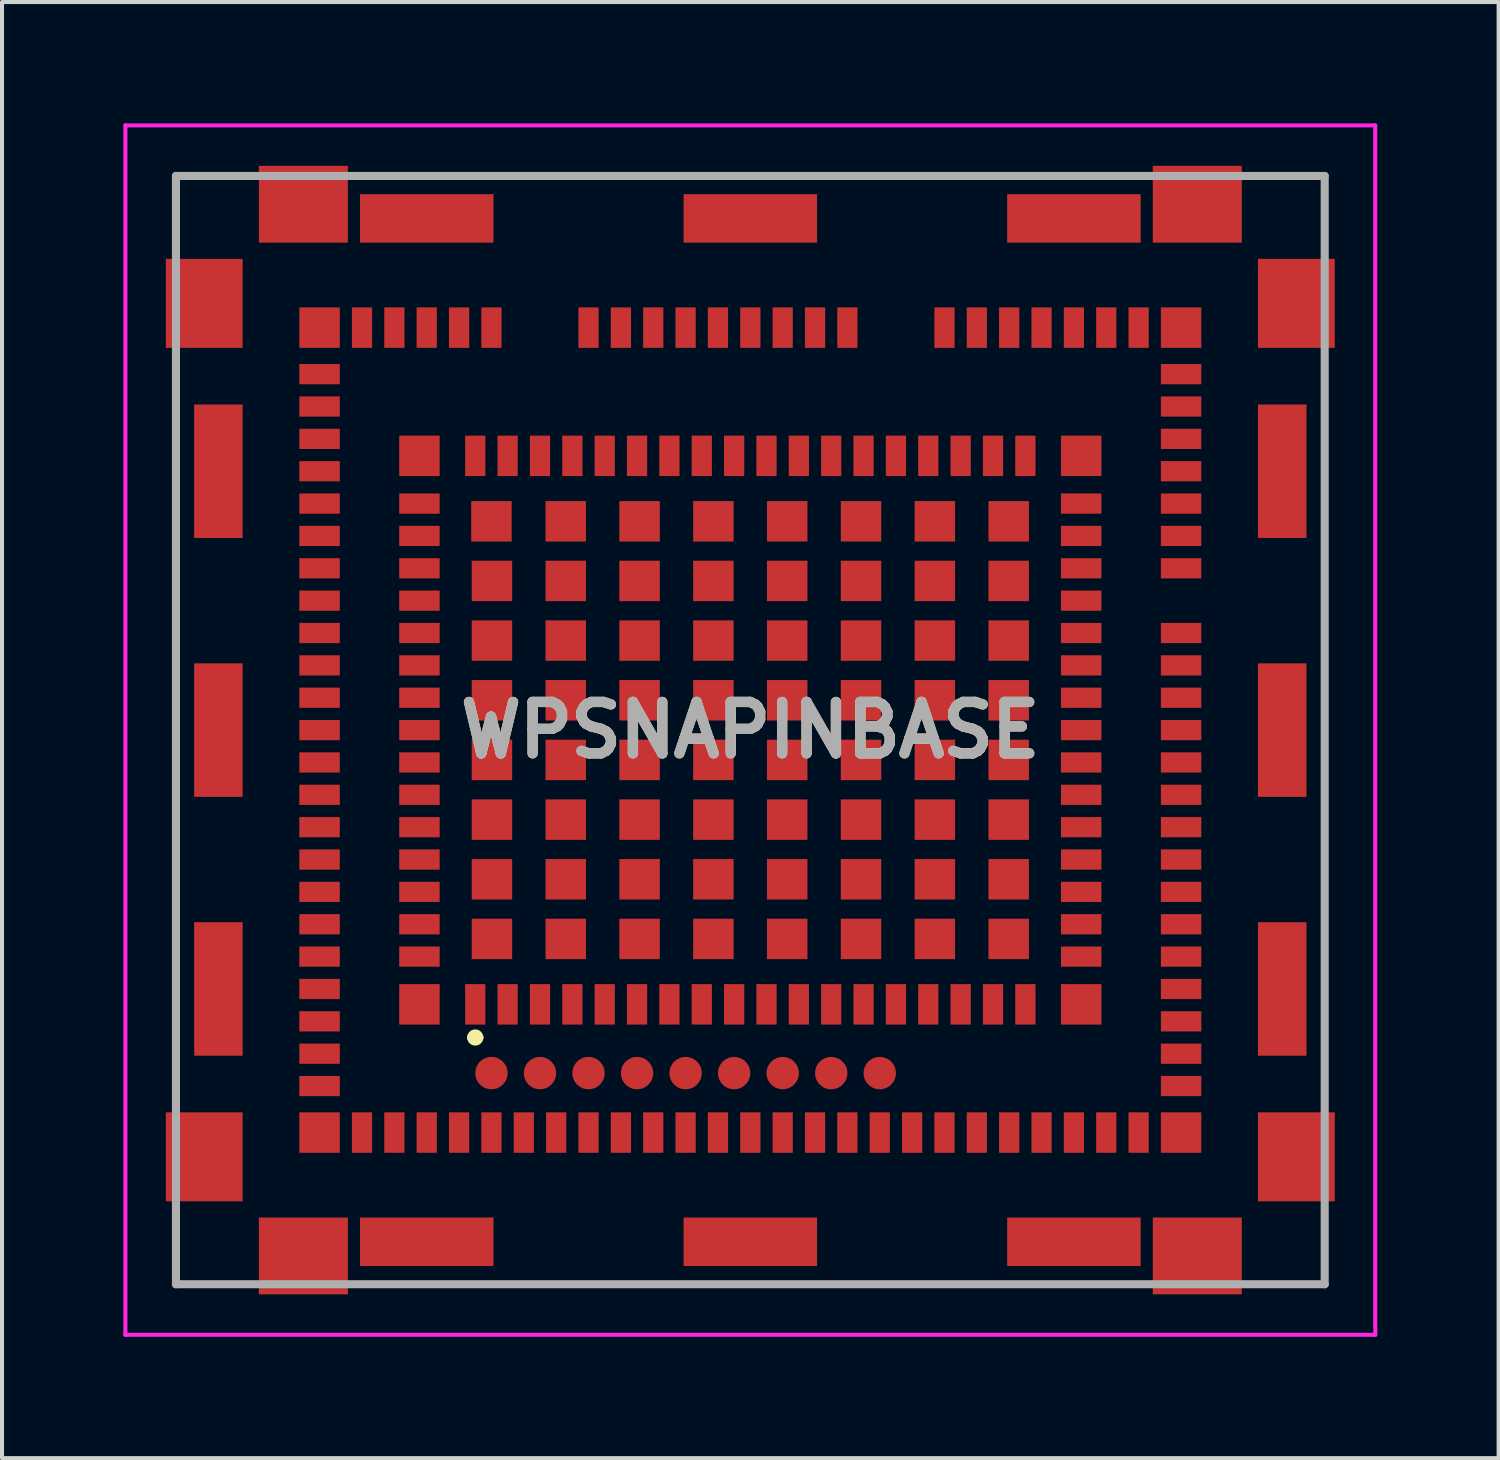
<source format=kicad_pcb>
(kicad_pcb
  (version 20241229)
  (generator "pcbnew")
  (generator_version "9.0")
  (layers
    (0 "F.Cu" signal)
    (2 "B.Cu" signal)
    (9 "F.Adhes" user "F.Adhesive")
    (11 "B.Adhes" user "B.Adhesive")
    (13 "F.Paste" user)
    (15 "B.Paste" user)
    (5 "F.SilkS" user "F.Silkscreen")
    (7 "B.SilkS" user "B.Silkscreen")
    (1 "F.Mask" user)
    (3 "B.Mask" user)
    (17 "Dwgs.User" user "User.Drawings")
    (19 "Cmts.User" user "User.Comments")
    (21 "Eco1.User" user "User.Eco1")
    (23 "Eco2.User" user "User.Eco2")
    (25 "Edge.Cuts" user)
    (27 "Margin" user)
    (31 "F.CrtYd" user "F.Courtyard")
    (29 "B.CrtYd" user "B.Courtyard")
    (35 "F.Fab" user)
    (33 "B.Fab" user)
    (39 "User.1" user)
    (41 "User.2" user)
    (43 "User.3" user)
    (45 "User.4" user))
  (footprint "WPSNAPINBASE"
    (layer "F.Cu")
    (at 15.5 15)
    (property "Reference" "WPSNAPINBASE" (at 0 0 0) (layer "F.SilkS") (effects (font (size 1.27 1.27) (thickness 0.254))))
    (attr smd)
    (fp_line (start -14.2 -13.7) (end -12.5 -13.7) (stroke (width 0.1) (type solid)) (layer "F.SilkS"))
    (fp_line (start -14.2 -12) (end -14.2 -13.7) (stroke (width 0.1) (type solid)) (layer "F.SilkS"))
    (fp_line (start -14.2 -8.85) (end -14.2 8.85) (stroke (width 0.1) (type solid)) (layer "F.SilkS"))
    (fp_line (start -14.2 12) (end -14.2 13.7) (stroke (width 0.1) (type solid)) (layer "F.SilkS"))
    (fp_line (start -14.2 13.7) (end -12.5 13.7) (stroke (width 0.1) (type solid)) (layer "F.SilkS"))
    (fp_line (start -9.6 -13.7) (end 9.6 -13.7) (stroke (width 0.1) (type solid)) (layer "F.SilkS"))
    (fp_line (start -9.6 13.7) (end 9.6 13.7) (stroke (width 0.1) (type solid)) (layer "F.SilkS"))
    (fp_line (start -6.9 7.6) (end -6.9 7.6) (stroke (width 0.2) (type solid)) (layer "F.SilkS"))
    (fp_line (start -6.7 7.6) (end -6.7 7.6) (stroke (width 0.2) (type solid)) (layer "F.SilkS"))
    (fp_line (start 12.5 -13.7) (end 14.2 -13.7) (stroke (width 0.1) (type solid)) (layer "F.SilkS"))
    (fp_line (start 12.5 13.7) (end 14 13.7) (stroke (width 0.1) (type solid)) (layer "F.SilkS"))
    (fp_line (start 14 13.7) (end 14.2 13.7) (stroke (width 0.1) (type solid)) (layer "F.SilkS"))
    (fp_line (start 14.2 -13.7) (end 14.2 -12) (stroke (width 0.1) (type solid)) (layer "F.SilkS"))
    (fp_line (start 14.2 -8.85) (end 14.2 8.85) (stroke (width 0.1) (type solid)) (layer "F.SilkS"))
    (fp_line (start 14.2 13.7) (end 14.2 12) (stroke (width 0.1) (type solid)) (layer "F.SilkS"))
    (fp_arc (start -6.9 7.6) (mid -6.8 7.5) (end -6.7 7.6) (stroke (width 0.2) (type solid)) (layer "F.SilkS"))
    (fp_arc (start -6.7 7.6) (mid -6.8 7.7) (end -6.9 7.6) (stroke (width 0.2) (type solid)) (layer "F.SilkS"))
    (fp_line (start -15.45 -14.95) (end 15.45 -14.95) (stroke (width 0.1) (type solid)) (layer "F.CrtYd"))
    (fp_line (start -15.45 14.95) (end -15.45 -14.95) (stroke (width 0.1) (type solid)) (layer "F.CrtYd"))
    (fp_line (start 15.45 -14.95) (end 15.45 14.95) (stroke (width 0.1) (type solid)) (layer "F.CrtYd"))
    (fp_line (start 15.45 14.95) (end -15.45 14.95) (stroke (width 0.1) (type solid)) (layer "F.CrtYd"))
    (fp_line (start -14.2 -13.7) (end 14.2 -13.7) (stroke (width 0.2) (type solid)) (layer "F.Fab"))
    (fp_line (start -14.2 13.7) (end -14.2 -13.7) (stroke (width 0.2) (type solid)) (layer "F.Fab"))
    (fp_line (start 14.2 -13.7) (end 14.2 13.7) (stroke (width 0.2) (type solid)) (layer "F.Fab"))
    (fp_line (start 14.2 13.7) (end -14.2 13.7) (stroke (width 0.2) (type solid)) (layer "F.Fab"))
    (fp_text user "${REFERENCE}" (at 0 0 0) (layer "F.Fab") (effects (font (size 1.27 1.27) (thickness 0.254))))
    (pad "1" smd rect (at -6.8 6.78) (size 0.5 1) (layers "F.Cu" "F.Mask" "F.Paste"))
    (pad "2" smd rect (at -6 6.78) (size 0.5 1) (layers "F.Cu" "F.Mask" "F.Paste"))
    (pad "3" smd rect (at -5.2 6.78) (size 0.5 1) (layers "F.Cu" "F.Mask" "F.Paste"))
    (pad "4" smd rect (at -4.4 6.78) (size 0.5 1) (layers "F.Cu" "F.Mask" "F.Paste"))
    (pad "5" smd rect (at -3.6 6.78) (size 0.5 1) (layers "F.Cu" "F.Mask" "F.Paste"))
    (pad "6" smd rect (at -2.8 6.78) (size 0.5 1) (layers "F.Cu" "F.Mask" "F.Paste"))
    (pad "7" smd rect (at -2 6.78) (size 0.5 1) (layers "F.Cu" "F.Mask" "F.Paste"))
    (pad "8" smd rect (at -1.2 6.78) (size 0.5 1) (layers "F.Cu" "F.Mask" "F.Paste"))
    (pad "9" smd rect (at -0.4 6.78) (size 0.5 1) (layers "F.Cu" "F.Mask" "F.Paste"))
    (pad "10" smd rect (at 0.4 6.78) (size 0.5 1) (layers "F.Cu" "F.Mask" "F.Paste"))
    (pad "11" smd rect (at 1.2 6.78) (size 0.5 1) (layers "F.Cu" "F.Mask" "F.Paste"))
    (pad "12" smd rect (at 2 6.78) (size 0.5 1) (layers "F.Cu" "F.Mask" "F.Paste"))
    (pad "13" smd rect (at 2.8 6.78) (size 0.5 1) (layers "F.Cu" "F.Mask" "F.Paste"))
    (pad "14" smd rect (at 3.6 6.78) (size 0.5 1) (layers "F.Cu" "F.Mask" "F.Paste"))
    (pad "15" smd rect (at 4.4 6.78) (size 0.5 1) (layers "F.Cu" "F.Mask" "F.Paste"))
    (pad "16" smd rect (at 5.2 6.78) (size 0.5 1) (layers "F.Cu" "F.Mask" "F.Paste"))
    (pad "17" smd rect (at 6 6.78) (size 0.5 1) (layers "F.Cu" "F.Mask" "F.Paste"))
    (pad "18" smd rect (at 6.8 6.78) (size 0.5 1) (layers "F.Cu" "F.Mask" "F.Paste"))
    (pad "19" smd rect (at 8.18 5.6 90) (size 0.5 1) (layers "F.Cu" "F.Mask" "F.Paste"))
    (pad "20" smd rect (at 8.18 4.8 90) (size 0.5 1) (layers "F.Cu" "F.Mask" "F.Paste"))
    (pad "21" smd rect (at 8.18 4 90) (size 0.5 1) (layers "F.Cu" "F.Mask" "F.Paste"))
    (pad "22" smd rect (at 8.18 3.2 90) (size 0.5 1) (layers "F.Cu" "F.Mask" "F.Paste"))
    (pad "23" smd rect (at 8.18 2.4 90) (size 0.5 1) (layers "F.Cu" "F.Mask" "F.Paste"))
    (pad "24" smd rect (at 8.18 1.6 90) (size 0.5 1) (layers "F.Cu" "F.Mask" "F.Paste"))
    (pad "25" smd rect (at 8.18 0.8 90) (size 0.5 1) (layers "F.Cu" "F.Mask" "F.Paste"))
    (pad "26" smd rect (at 8.18 0 90) (size 0.5 1) (layers "F.Cu" "F.Mask" "F.Paste"))
    (pad "27" smd rect (at 8.18 -0.8 90) (size 0.5 1) (layers "F.Cu" "F.Mask" "F.Paste"))
    (pad "28" smd rect (at 8.18 -1.6 90) (size 0.5 1) (layers "F.Cu" "F.Mask" "F.Paste"))
    (pad "29" smd rect (at 8.18 -2.4 90) (size 0.5 1) (layers "F.Cu" "F.Mask" "F.Paste"))
    (pad "30" smd rect (at 8.18 -3.2 90) (size 0.5 1) (layers "F.Cu" "F.Mask" "F.Paste"))
    (pad "31" smd rect (at 8.18 -4 90) (size 0.5 1) (layers "F.Cu" "F.Mask" "F.Paste"))
    (pad "32" smd rect (at 8.18 -4.8 90) (size 0.5 1) (layers "F.Cu" "F.Mask" "F.Paste"))
    (pad "33" smd rect (at 8.18 -5.6 90) (size 0.5 1) (layers "F.Cu" "F.Mask" "F.Paste"))
    (pad "34" smd rect (at 6.8 -6.78) (size 0.5 1) (layers "F.Cu" "F.Mask" "F.Paste"))
    (pad "35" smd rect (at 6 -6.78) (size 0.5 1) (layers "F.Cu" "F.Mask" "F.Paste"))
    (pad "36" smd rect (at 5.2 -6.78) (size 0.5 1) (layers "F.Cu" "F.Mask" "F.Paste"))
    (pad "37" smd rect (at 4.4 -6.78) (size 0.5 1) (layers "F.Cu" "F.Mask" "F.Paste"))
    (pad "38" smd rect (at 3.6 -6.78) (size 0.5 1) (layers "F.Cu" "F.Mask" "F.Paste"))
    (pad "39" smd rect (at 2.8 -6.78) (size 0.5 1) (layers "F.Cu" "F.Mask" "F.Paste"))
    (pad "40" smd rect (at 2 -6.78) (size 0.5 1) (layers "F.Cu" "F.Mask" "F.Paste"))
    (pad "41" smd rect (at 1.2 -6.78) (size 0.5 1) (layers "F.Cu" "F.Mask" "F.Paste"))
    (pad "42" smd rect (at 0.4 -6.78) (size 0.5 1) (layers "F.Cu" "F.Mask" "F.Paste"))
    (pad "43" smd rect (at -0.4 -6.78) (size 0.5 1) (layers "F.Cu" "F.Mask" "F.Paste"))
    (pad "44" smd rect (at -1.2 -6.78) (size 0.5 1) (layers "F.Cu" "F.Mask" "F.Paste"))
    (pad "45" smd rect (at -2 -6.78) (size 0.5 1) (layers "F.Cu" "F.Mask" "F.Paste"))
    (pad "46" smd rect (at -2.8 -6.78) (size 0.5 1) (layers "F.Cu" "F.Mask" "F.Paste"))
    (pad "47" smd rect (at -3.6 -6.78) (size 0.5 1) (layers "F.Cu" "F.Mask" "F.Paste"))
    (pad "48" smd rect (at -4.4 -6.78) (size 0.5 1) (layers "F.Cu" "F.Mask" "F.Paste"))
    (pad "49" smd rect (at -5.2 -6.78) (size 0.5 1) (layers "F.Cu" "F.Mask" "F.Paste"))
    (pad "50" smd rect (at -6 -6.78) (size 0.5 1) (layers "F.Cu" "F.Mask" "F.Paste"))
    (pad "51" smd rect (at -6.8 -6.78) (size 0.5 1) (layers "F.Cu" "F.Mask" "F.Paste"))
    (pad "52" smd rect (at -8.18 -5.6 90) (size 0.5 1) (layers "F.Cu" "F.Mask" "F.Paste"))
    (pad "53" smd rect (at -8.18 -4.8 90) (size 0.5 1) (layers "F.Cu" "F.Mask" "F.Paste"))
    (pad "54" smd rect (at -8.18 -4 90) (size 0.5 1) (layers "F.Cu" "F.Mask" "F.Paste"))
    (pad "55" smd rect (at -8.18 -3.2 90) (size 0.5 1) (layers "F.Cu" "F.Mask" "F.Paste"))
    (pad "56" smd rect (at -8.18 -2.4 90) (size 0.5 1) (layers "F.Cu" "F.Mask" "F.Paste"))
    (pad "57" smd rect (at -8.18 -1.6 90) (size 0.5 1) (layers "F.Cu" "F.Mask" "F.Paste"))
    (pad "58" smd rect (at -8.18 -0.8 90) (size 0.5 1) (layers "F.Cu" "F.Mask" "F.Paste"))
    (pad "59" smd rect (at -8.18 0 90) (size 0.5 1) (layers "F.Cu" "F.Mask" "F.Paste"))
    (pad "60" smd rect (at -8.18 0.8 90) (size 0.5 1) (layers "F.Cu" "F.Mask" "F.Paste"))
    (pad "61" smd rect (at -8.18 1.6 90) (size 0.5 1) (layers "F.Cu" "F.Mask" "F.Paste"))
    (pad "62" smd rect (at -8.18 2.4 90) (size 0.5 1) (layers "F.Cu" "F.Mask" "F.Paste"))
    (pad "63" smd rect (at -8.18 3.2 90) (size 0.5 1) (layers "F.Cu" "F.Mask" "F.Paste"))
    (pad "64" smd rect (at -8.18 4 90) (size 0.5 1) (layers "F.Cu" "F.Mask" "F.Paste"))
    (pad "65" smd rect (at -8.18 4.8 90) (size 0.5 1) (layers "F.Cu" "F.Mask" "F.Paste"))
    (pad "66" smd rect (at -8.18 5.6 90) (size 0.5 1) (layers "F.Cu" "F.Mask" "F.Paste"))
    (pad "67" smd rect (at -8.18 6.78 90) (size 1 1) (layers "F.Cu" "F.Mask" "F.Paste"))
    (pad "68" smd rect (at 8.18 6.78 90) (size 1 1) (layers "F.Cu" "F.Mask" "F.Paste"))
    (pad "69" smd rect (at 8.18 -6.78 90) (size 1 1) (layers "F.Cu" "F.Mask" "F.Paste"))
    (pad "70" smd rect (at -8.18 -6.78 90) (size 1 1) (layers "F.Cu" "F.Mask" "F.Paste"))
    (pad "71" smd rect (at -9.6 9.95) (size 0.5 1) (layers "F.Cu" "F.Mask" "F.Paste"))
    (pad "72" smd rect (at -8.8 9.95) (size 0.5 1) (layers "F.Cu" "F.Mask" "F.Paste"))
    (pad "73" smd rect (at -8 9.95) (size 0.5 1) (layers "F.Cu" "F.Mask" "F.Paste"))
    (pad "74" smd rect (at -7.2 9.95) (size 0.5 1) (layers "F.Cu" "F.Mask" "F.Paste"))
    (pad "75" smd rect (at -6.4 9.95) (size 0.5 1) (layers "F.Cu" "F.Mask" "F.Paste"))
    (pad "76" smd rect (at -5.6 9.95) (size 0.5 1) (layers "F.Cu" "F.Mask" "F.Paste"))
    (pad "77" smd rect (at -4.8 9.95) (size 0.5 1) (layers "F.Cu" "F.Mask" "F.Paste"))
    (pad "78" smd rect (at -4 9.95) (size 0.5 1) (layers "F.Cu" "F.Mask" "F.Paste"))
    (pad "79" smd rect (at -3.2 9.95) (size 0.5 1) (layers "F.Cu" "F.Mask" "F.Paste"))
    (pad "80" smd rect (at -2.4 9.95) (size 0.5 1) (layers "F.Cu" "F.Mask" "F.Paste"))
    (pad "81" smd rect (at -1.6 9.95) (size 0.5 1) (layers "F.Cu" "F.Mask" "F.Paste"))
    (pad "82" smd rect (at -0.8 9.95) (size 0.5 1) (layers "F.Cu" "F.Mask" "F.Paste"))
    (pad "83" smd rect (at 0 9.95) (size 0.5 1) (layers "F.Cu" "F.Mask" "F.Paste"))
    (pad "84" smd rect (at 0.8 9.95) (size 0.5 1) (layers "F.Cu" "F.Mask" "F.Paste"))
    (pad "85" smd rect (at 1.6 9.95) (size 0.5 1) (layers "F.Cu" "F.Mask" "F.Paste"))
    (pad "86" smd rect (at 2.4 9.95) (size 0.5 1) (layers "F.Cu" "F.Mask" "F.Paste"))
    (pad "87" smd rect (at 3.2 9.95) (size 0.5 1) (layers "F.Cu" "F.Mask" "F.Paste"))
    (pad "88" smd rect (at 4 9.95) (size 0.5 1) (layers "F.Cu" "F.Mask" "F.Paste"))
    (pad "89" smd rect (at 4.8 9.95) (size 0.5 1) (layers "F.Cu" "F.Mask" "F.Paste"))
    (pad "90" smd rect (at 5.6 9.95) (size 0.5 1) (layers "F.Cu" "F.Mask" "F.Paste"))
    (pad "91" smd rect (at 6.4 9.95) (size 0.5 1) (layers "F.Cu" "F.Mask" "F.Paste"))
    (pad "92" smd rect (at 7.2 9.95) (size 0.5 1) (layers "F.Cu" "F.Mask" "F.Paste"))
    (pad "93" smd rect (at 8 9.95) (size 0.5 1) (layers "F.Cu" "F.Mask" "F.Paste"))
    (pad "94" smd rect (at 8.8 9.95) (size 0.5 1) (layers "F.Cu" "F.Mask" "F.Paste"))
    (pad "95" smd rect (at 9.6 9.95) (size 0.5 1) (layers "F.Cu" "F.Mask" "F.Paste"))
    (pad "96" smd rect (at 10.65 8.8 90) (size 0.5 1) (layers "F.Cu" "F.Mask" "F.Paste"))
    (pad "97" smd rect (at 10.65 8 90) (size 0.5 1) (layers "F.Cu" "F.Mask" "F.Paste"))
    (pad "98" smd rect (at 10.65 7.2 90) (size 0.5 1) (layers "F.Cu" "F.Mask" "F.Paste"))
    (pad "99" smd rect (at 10.65 6.4 90) (size 0.5 1) (layers "F.Cu" "F.Mask" "F.Paste"))
    (pad "100" smd rect (at 10.65 5.6 90) (size 0.5 1) (layers "F.Cu" "F.Mask" "F.Paste"))
    (pad "101" smd rect (at 10.65 4.8 90) (size 0.5 1) (layers "F.Cu" "F.Mask" "F.Paste"))
    (pad "102" smd rect (at 10.65 4 90) (size 0.5 1) (layers "F.Cu" "F.Mask" "F.Paste"))
    (pad "103" smd rect (at 10.65 3.2 90) (size 0.5 1) (layers "F.Cu" "F.Mask" "F.Paste"))
    (pad "104" smd rect (at 10.65 2.4 90) (size 0.5 1) (layers "F.Cu" "F.Mask" "F.Paste"))
    (pad "105" smd rect (at 10.65 1.6 90) (size 0.5 1) (layers "F.Cu" "F.Mask" "F.Paste"))
    (pad "106" smd rect (at 10.65 0.8 90) (size 0.5 1) (layers "F.Cu" "F.Mask" "F.Paste"))
    (pad "107" smd rect (at 10.65 0 90) (size 0.5 1) (layers "F.Cu" "F.Mask" "F.Paste"))
    (pad "108" smd rect (at 10.65 -0.8 90) (size 0.5 1) (layers "F.Cu" "F.Mask" "F.Paste"))
    (pad "109" smd rect (at 10.65 -1.6 90) (size 0.5 1) (layers "F.Cu" "F.Mask" "F.Paste"))
    (pad "110" smd rect (at 10.65 -2.4 90) (size 0.5 1) (layers "F.Cu" "F.Mask" "F.Paste"))
    (pad "111" smd rect (at 10.65 -4 90) (size 0.5 1) (layers "F.Cu" "F.Mask" "F.Paste"))
    (pad "113" smd rect (at 10.65 -4.8 90) (size 0.5 1) (layers "F.Cu" "F.Mask" "F.Paste"))
    (pad "114" smd rect (at 10.65 -5.6 90) (size 0.5 1) (layers "F.Cu" "F.Mask" "F.Paste"))
    (pad "115" smd rect (at 10.65 -6.4 90) (size 0.5 1) (layers "F.Cu" "F.Mask" "F.Paste"))
    (pad "116" smd rect (at 10.65 -7.2 90) (size 0.5 1) (layers "F.Cu" "F.Mask" "F.Paste"))
    (pad "117" smd rect (at 10.65 -8 90) (size 0.5 1) (layers "F.Cu" "F.Mask" "F.Paste"))
    (pad "118" smd rect (at 10.65 -8.8 90) (size 0.5 1) (layers "F.Cu" "F.Mask" "F.Paste"))
    (pad "119" smd rect (at 9.6 -9.95) (size 0.5 1) (layers "F.Cu" "F.Mask" "F.Paste"))
    (pad "120" smd rect (at 8.8 -9.95) (size 0.5 1) (layers "F.Cu" "F.Mask" "F.Paste"))
    (pad "121" smd rect (at 8 -9.95) (size 0.5 1) (layers "F.Cu" "F.Mask" "F.Paste"))
    (pad "122" smd rect (at 7.2 -9.95) (size 0.5 1) (layers "F.Cu" "F.Mask" "F.Paste"))
    (pad "123" smd rect (at 6.4 -9.95) (size 0.5 1) (layers "F.Cu" "F.Mask" "F.Paste"))
    (pad "124" smd rect (at 5.6 -9.95) (size 0.5 1) (layers "F.Cu" "F.Mask" "F.Paste"))
    (pad "125" smd rect (at 4.8 -9.95) (size 0.5 1) (layers "F.Cu" "F.Mask" "F.Paste"))
    (pad "128" smd rect (at 2.4 -9.95) (size 0.5 1) (layers "F.Cu" "F.Mask" "F.Paste"))
    (pad "129" smd rect (at 1.6 -9.95) (size 0.5 1) (layers "F.Cu" "F.Mask" "F.Paste"))
    (pad "130" smd rect (at 0.8 -9.95) (size 0.5 1) (layers "F.Cu" "F.Mask" "F.Paste"))
    (pad "131" smd rect (at 0 -9.95) (size 0.5 1) (layers "F.Cu" "F.Mask" "F.Paste"))
    (pad "132" smd rect (at -0.8 -9.95) (size 0.5 1) (layers "F.Cu" "F.Mask" "F.Paste"))
    (pad "133" smd rect (at -1.6 -9.95) (size 0.5 1) (layers "F.Cu" "F.Mask" "F.Paste"))
    (pad "134" smd rect (at -2.4 -9.95) (size 0.5 1) (layers "F.Cu" "F.Mask" "F.Paste"))
    (pad "135" smd rect (at -3.2 -9.95) (size 0.5 1) (layers "F.Cu" "F.Mask" "F.Paste"))
    (pad "136" smd rect (at -4 -9.95) (size 0.5 1) (layers "F.Cu" "F.Mask" "F.Paste"))
    (pad "139" smd rect (at -6.4 -9.95) (size 0.5 1) (layers "F.Cu" "F.Mask" "F.Paste"))
    (pad "140" smd rect (at -7.2 -9.95) (size 0.5 1) (layers "F.Cu" "F.Mask" "F.Paste"))
    (pad "141" smd rect (at -8 -9.95) (size 0.5 1) (layers "F.Cu" "F.Mask" "F.Paste"))
    (pad "142" smd rect (at -8.8 -9.95) (size 0.5 1) (layers "F.Cu" "F.Mask" "F.Paste"))
    (pad "143" smd rect (at -9.6 -9.95) (size 0.5 1) (layers "F.Cu" "F.Mask" "F.Paste"))
    (pad "144" smd rect (at -10.65 -8.8 90) (size 0.5 1) (layers "F.Cu" "F.Mask" "F.Paste"))
    (pad "145" smd rect (at -10.65 -8 90) (size 0.5 1) (layers "F.Cu" "F.Mask" "F.Paste"))
    (pad "146" smd rect (at -10.65 -7.2 90) (size 0.5 1) (layers "F.Cu" "F.Mask" "F.Paste"))
    (pad "147" smd rect (at -10.65 -6.4 90) (size 0.5 1) (layers "F.Cu" "F.Mask" "F.Paste"))
    (pad "148" smd rect (at -10.65 -5.6 90) (size 0.5 1) (layers "F.Cu" "F.Mask" "F.Paste"))
    (pad "149" smd rect (at -10.65 -4.8 90) (size 0.5 1) (layers "F.Cu" "F.Mask" "F.Paste"))
    (pad "150" smd rect (at -10.65 -4 90) (size 0.5 1) (layers "F.Cu" "F.Mask" "F.Paste"))
    (pad "151" smd rect (at -10.65 -3.2 90) (size 0.5 1) (layers "F.Cu" "F.Mask" "F.Paste"))
    (pad "152" smd rect (at -10.65 -2.4 90) (size 0.5 1) (layers "F.Cu" "F.Mask" "F.Paste"))
    (pad "153" smd rect (at -10.65 -1.6 90) (size 0.5 1) (layers "F.Cu" "F.Mask" "F.Paste"))
    (pad "154" smd rect (at -10.65 -0.8 90) (size 0.5 1) (layers "F.Cu" "F.Mask" "F.Paste"))
    (pad "155" smd rect (at -10.65 0 90) (size 0.5 1) (layers "F.Cu" "F.Mask" "F.Paste"))
    (pad "156" smd rect (at -10.65 0.8 90) (size 0.5 1) (layers "F.Cu" "F.Mask" "F.Paste"))
    (pad "157" smd rect (at -10.65 1.6 90) (size 0.5 1) (layers "F.Cu" "F.Mask" "F.Paste"))
    (pad "158" smd rect (at -10.65 2.4 90) (size 0.5 1) (layers "F.Cu" "F.Mask" "F.Paste"))
    (pad "159" smd rect (at -10.65 3.2 90) (size 0.5 1) (layers "F.Cu" "F.Mask" "F.Paste"))
    (pad "160" smd rect (at -10.65 4 90) (size 0.5 1) (layers "F.Cu" "F.Mask" "F.Paste"))
    (pad "161" smd rect (at -10.65 4.8 90) (size 0.5 1) (layers "F.Cu" "F.Mask" "F.Paste"))
    (pad "162" smd rect (at -10.65 5.6 90) (size 0.5 1) (layers "F.Cu" "F.Mask" "F.Paste"))
    (pad "163" smd rect (at -10.65 6.4 90) (size 0.5 1) (layers "F.Cu" "F.Mask" "F.Paste"))
    (pad "164" smd rect (at -10.65 7.2 90) (size 0.5 1) (layers "F.Cu" "F.Mask" "F.Paste"))
    (pad "165" smd rect (at -10.65 8 90) (size 0.5 1) (layers "F.Cu" "F.Mask" "F.Paste"))
    (pad "166" smd rect (at -10.65 8.8 90) (size 0.5 1) (layers "F.Cu" "F.Mask" "F.Paste"))
    (pad "167" smd rect (at -10.65 9.95 90) (size 1 1) (layers "F.Cu" "F.Mask" "F.Paste"))
    (pad "168" smd rect (at 10.65 9.95 90) (size 1 1) (layers "F.Cu" "F.Mask" "F.Paste"))
    (pad "169" smd rect (at 10.65 -9.95 90) (size 1 1) (layers "F.Cu" "F.Mask" "F.Paste"))
    (pad "170" smd rect (at -10.65 -9.95 90) (size 1 1) (layers "F.Cu" "F.Mask" "F.Paste"))
    (pad "171" smd circle (at -6.4 8.48 90) (size 0.8 0.8) (layers "F.Cu" "F.Mask" "F.Paste"))
    (pad "172" smd circle (at -5.2 8.48 90) (size 0.8 0.8) (layers "F.Cu" "F.Mask" "F.Paste"))
    (pad "173" smd circle (at -4 8.48 90) (size 0.8 0.8) (layers "F.Cu" "F.Mask" "F.Paste"))
    (pad "174" smd circle (at -2.8 8.48 90) (size 0.8 0.8) (layers "F.Cu" "F.Mask" "F.Paste"))
    (pad "175" smd circle (at -1.6 8.48 90) (size 0.8 0.8) (layers "F.Cu" "F.Mask" "F.Paste"))
    (pad "176" smd circle (at -0.4 8.48 90) (size 0.8 0.8) (layers "F.Cu" "F.Mask" "F.Paste"))
    (pad "177" smd circle (at 0.8 8.48 90) (size 0.8 0.8) (layers "F.Cu" "F.Mask" "F.Paste"))
    (pad "178" smd circle (at 2 8.48 90) (size 0.8 0.8) (layers "F.Cu" "F.Mask" "F.Paste"))
    (pad "179" smd circle (at 3.2 8.48 90) (size 0.8 0.8) (layers "F.Cu" "F.Mask" "F.Paste"))
    (pad "180" smd rect (at -6.4 -5.162) (size 1 1) (layers "F.Cu" "F.Mask" "F.Paste"))
    (pad "181" smd rect (at -6.388 -3.688) (size 1 1) (layers "F.Cu" "F.Mask" "F.Paste"))
    (pad "182" smd rect (at -6.388 -2.213) (size 1 1) (layers "F.Cu" "F.Mask" "F.Paste"))
    (pad "183" smd rect (at -6.388 -0.737) (size 1 1) (layers "F.Cu" "F.Mask" "F.Paste"))
    (pad "184" smd rect (at -6.388 0.737) (size 1 1) (layers "F.Cu" "F.Mask" "F.Paste"))
    (pad "185" smd rect (at -6.388 2.213) (size 1 1) (layers "F.Cu" "F.Mask" "F.Paste"))
    (pad "186" smd rect (at -6.388 3.688) (size 1 1) (layers "F.Cu" "F.Mask" "F.Paste"))
    (pad "187" smd rect (at -6.388 5.163) (size 1 1) (layers "F.Cu" "F.Mask" "F.Paste"))
    (pad "188" smd rect (at -4.563 -5.162) (size 1 1) (layers "F.Cu" "F.Mask" "F.Paste"))
    (pad "189" smd rect (at -4.563 -3.688) (size 1 1) (layers "F.Cu" "F.Mask" "F.Paste"))
    (pad "190" smd rect (at -4.563 -2.213) (size 1 1) (layers "F.Cu" "F.Mask" "F.Paste"))
    (pad "191" smd rect (at -4.563 -0.737) (size 1 1) (layers "F.Cu" "F.Mask" "F.Paste"))
    (pad "192" smd rect (at -4.563 0.737) (size 1 1) (layers "F.Cu" "F.Mask" "F.Paste"))
    (pad "193" smd rect (at -4.563 2.213) (size 1 1) (layers "F.Cu" "F.Mask" "F.Paste"))
    (pad "194" smd rect (at -4.563 3.688) (size 1 1) (layers "F.Cu" "F.Mask" "F.Paste"))
    (pad "195" smd rect (at -4.563 5.163) (size 1 1) (layers "F.Cu" "F.Mask" "F.Paste"))
    (pad "196" smd rect (at -2.738 -5.162) (size 1 1) (layers "F.Cu" "F.Mask" "F.Paste"))
    (pad "197" smd rect (at -2.738 -3.688) (size 1 1) (layers "F.Cu" "F.Mask" "F.Paste"))
    (pad "198" smd rect (at -2.738 -2.213) (size 1 1) (layers "F.Cu" "F.Mask" "F.Paste"))
    (pad "199" smd rect (at -2.738 -0.737) (size 1 1) (layers "F.Cu" "F.Mask" "F.Paste"))
    (pad "200" smd rect (at -2.738 0.737) (size 1 1) (layers "F.Cu" "F.Mask" "F.Paste"))
    (pad "201" smd rect (at -2.738 2.213) (size 1 1) (layers "F.Cu" "F.Mask" "F.Paste"))
    (pad "202" smd rect (at -2.738 3.688) (size 1 1) (layers "F.Cu" "F.Mask" "F.Paste"))
    (pad "203" smd rect (at -2.738 5.163) (size 1 1) (layers "F.Cu" "F.Mask" "F.Paste"))
    (pad "204" smd rect (at -0.913 -5.162) (size 1 1) (layers "F.Cu" "F.Mask" "F.Paste"))
    (pad "205" smd rect (at -0.913 -3.688) (size 1 1) (layers "F.Cu" "F.Mask" "F.Paste"))
    (pad "206" smd rect (at -0.913 -2.213) (size 1 1) (layers "F.Cu" "F.Mask" "F.Paste"))
    (pad "207" smd rect (at -0.913 -0.737) (size 1 1) (layers "F.Cu" "F.Mask" "F.Paste"))
    (pad "208" smd rect (at -0.913 0.737) (size 1 1) (layers "F.Cu" "F.Mask" "F.Paste"))
    (pad "209" smd rect (at -0.913 2.213) (size 1 1) (layers "F.Cu" "F.Mask" "F.Paste"))
    (pad "210" smd rect (at -0.913 3.688) (size 1 1) (layers "F.Cu" "F.Mask" "F.Paste"))
    (pad "211" smd rect (at -0.913 5.163) (size 1 1) (layers "F.Cu" "F.Mask" "F.Paste"))
    (pad "212" smd rect (at 0.912 -5.162) (size 1 1) (layers "F.Cu" "F.Mask" "F.Paste"))
    (pad "213" smd rect (at 0.912 -3.688) (size 1 1) (layers "F.Cu" "F.Mask" "F.Paste"))
    (pad "214" smd rect (at 0.912 -2.213) (size 1 1) (layers "F.Cu" "F.Mask" "F.Paste"))
    (pad "215" smd rect (at 0.912 -0.737) (size 1 1) (layers "F.Cu" "F.Mask" "F.Paste"))
    (pad "216" smd rect (at 0.912 0.737) (size 1 1) (layers "F.Cu" "F.Mask" "F.Paste"))
    (pad "217" smd rect (at 0.912 2.213) (size 1 1) (layers "F.Cu" "F.Mask" "F.Paste"))
    (pad "218" smd rect (at 0.912 3.688) (size 1 1) (layers "F.Cu" "F.Mask" "F.Paste"))
    (pad "219" smd rect (at 0.912 5.163) (size 1 1) (layers "F.Cu" "F.Mask" "F.Paste"))
    (pad "220" smd rect (at 2.737 -5.162) (size 1 1) (layers "F.Cu" "F.Mask" "F.Paste"))
    (pad "221" smd rect (at 2.737 -3.688) (size 1 1) (layers "F.Cu" "F.Mask" "F.Paste"))
    (pad "222" smd rect (at 2.737 -2.213) (size 1 1) (layers "F.Cu" "F.Mask" "F.Paste"))
    (pad "223" smd rect (at 2.737 -0.737) (size 1 1) (layers "F.Cu" "F.Mask" "F.Paste"))
    (pad "224" smd rect (at 2.737 0.737) (size 1 1) (layers "F.Cu" "F.Mask" "F.Paste"))
    (pad "225" smd rect (at 2.737 2.213) (size 1 1) (layers "F.Cu" "F.Mask" "F.Paste"))
    (pad "226" smd rect (at 2.737 3.688) (size 1 1) (layers "F.Cu" "F.Mask" "F.Paste"))
    (pad "227" smd rect (at 2.737 5.163) (size 1 1) (layers "F.Cu" "F.Mask" "F.Paste"))
    (pad "228" smd rect (at 4.562 -5.162) (size 1 1) (layers "F.Cu" "F.Mask" "F.Paste"))
    (pad "229" smd rect (at 4.562 -3.688) (size 1 1) (layers "F.Cu" "F.Mask" "F.Paste"))
    (pad "230" smd rect (at 4.562 -2.213) (size 1 1) (layers "F.Cu" "F.Mask" "F.Paste"))
    (pad "231" smd rect (at 4.562 -0.737) (size 1 1) (layers "F.Cu" "F.Mask" "F.Paste"))
    (pad "232" smd rect (at 4.562 0.737) (size 1 1) (layers "F.Cu" "F.Mask" "F.Paste"))
    (pad "233" smd rect (at 4.562 2.213) (size 1 1) (layers "F.Cu" "F.Mask" "F.Paste"))
    (pad "234" smd rect (at 4.562 3.688) (size 1 1) (layers "F.Cu" "F.Mask" "F.Paste"))
    (pad "235" smd rect (at 4.562 5.163) (size 1 1) (layers "F.Cu" "F.Mask" "F.Paste"))
    (pad "236" smd rect (at 6.388 -5.162) (size 1 1) (layers "F.Cu" "F.Mask" "F.Paste"))
    (pad "237" smd rect (at 6.388 -3.688) (size 1 1) (layers "F.Cu" "F.Mask" "F.Paste"))
    (pad "238" smd rect (at 6.388 -2.213) (size 1 1) (layers "F.Cu" "F.Mask" "F.Paste"))
    (pad "239" smd rect (at 6.388 -0.737) (size 1 1) (layers "F.Cu" "F.Mask" "F.Paste"))
    (pad "240" smd rect (at 6.388 0.737) (size 1 1) (layers "F.Cu" "F.Mask" "F.Paste"))
    (pad "241" smd rect (at 6.388 2.213) (size 1 1) (layers "F.Cu" "F.Mask" "F.Paste"))
    (pad "242" smd rect (at 6.388 3.688) (size 1 1) (layers "F.Cu" "F.Mask" "F.Paste"))
    (pad "243" smd rect (at 6.388 5.163) (size 1 1) (layers "F.Cu" "F.Mask" "F.Paste"))
    (pad "244" smd rect (at -13.15 -6.4) (size 1.2 3.3) (layers "F.Cu" "F.Mask" "F.Paste"))
    (pad "245" smd rect (at -13.15 0) (size 1.2 3.3) (layers "F.Cu" "F.Mask" "F.Paste"))
    (pad "246" smd rect (at -13.15 6.4) (size 1.2 3.3) (layers "F.Cu" "F.Mask" "F.Paste"))
    (pad "247" smd rect (at -8 12.65 90) (size 1.2 3.3) (layers "F.Cu" "F.Mask" "F.Paste"))
    (pad "248" smd rect (at 0 12.65 90) (size 1.2 3.3) (layers "F.Cu" "F.Mask" "F.Paste"))
    (pad "249" smd rect (at 8 12.65 90) (size 1.2 3.3) (layers "F.Cu" "F.Mask" "F.Paste"))
    (pad "250" smd rect (at 13.15 6.4) (size 1.2 3.3) (layers "F.Cu" "F.Mask" "F.Paste"))
    (pad "251" smd rect (at 13.15 0) (size 1.2 3.3) (layers "F.Cu" "F.Mask" "F.Paste"))
    (pad "252" smd rect (at 13.15 -6.4) (size 1.2 3.3) (layers "F.Cu" "F.Mask" "F.Paste"))
    (pad "253" smd rect (at 8 -12.65 90) (size 1.2 3.3) (layers "F.Cu" "F.Mask" "F.Paste"))
    (pad "254" smd rect (at 0 -12.65 90) (size 1.2 3.3) (layers "F.Cu" "F.Mask" "F.Paste"))
    (pad "255" smd rect (at -8 -12.65 90) (size 1.2 3.3) (layers "F.Cu" "F.Mask" "F.Paste"))
    (pad "256" smd rect (at -11.05 -13 90) (size 1.9 2.2) (layers "F.Cu" "F.Mask" "F.Paste"))
    (pad "257" smd rect (at -13.5 -10.55) (size 1.9 2.2) (layers "F.Cu" "F.Mask" "F.Paste"))
    (pad "258" smd rect (at -13.5 10.55) (size 1.9 2.2) (layers "F.Cu" "F.Mask" "F.Paste"))
    (pad "259" smd rect (at -11.05 13 90) (size 1.9 2.2) (layers "F.Cu" "F.Mask" "F.Paste"))
    (pad "260" smd rect (at 11.05 13 90) (size 1.9 2.2) (layers "F.Cu" "F.Mask" "F.Paste"))
    (pad "261" smd rect (at 13.5 10.55) (size 1.9 2.2) (layers "F.Cu" "F.Mask" "F.Paste"))
    (pad "262" smd rect (at 13.5 -10.55) (size 1.9 2.2) (layers "F.Cu" "F.Mask" "F.Paste"))
    (pad "263" smd rect (at 11.05 -13 90) (size 1.9 2.2) (layers "F.Cu" "F.Mask" "F.Paste")))
  (gr_rect
    (start -3 -3)
    (end 34 33)
    (stroke (width 0.1) (type default))
    (fill no)
    (layer "Edge.Cuts")))
</source>
